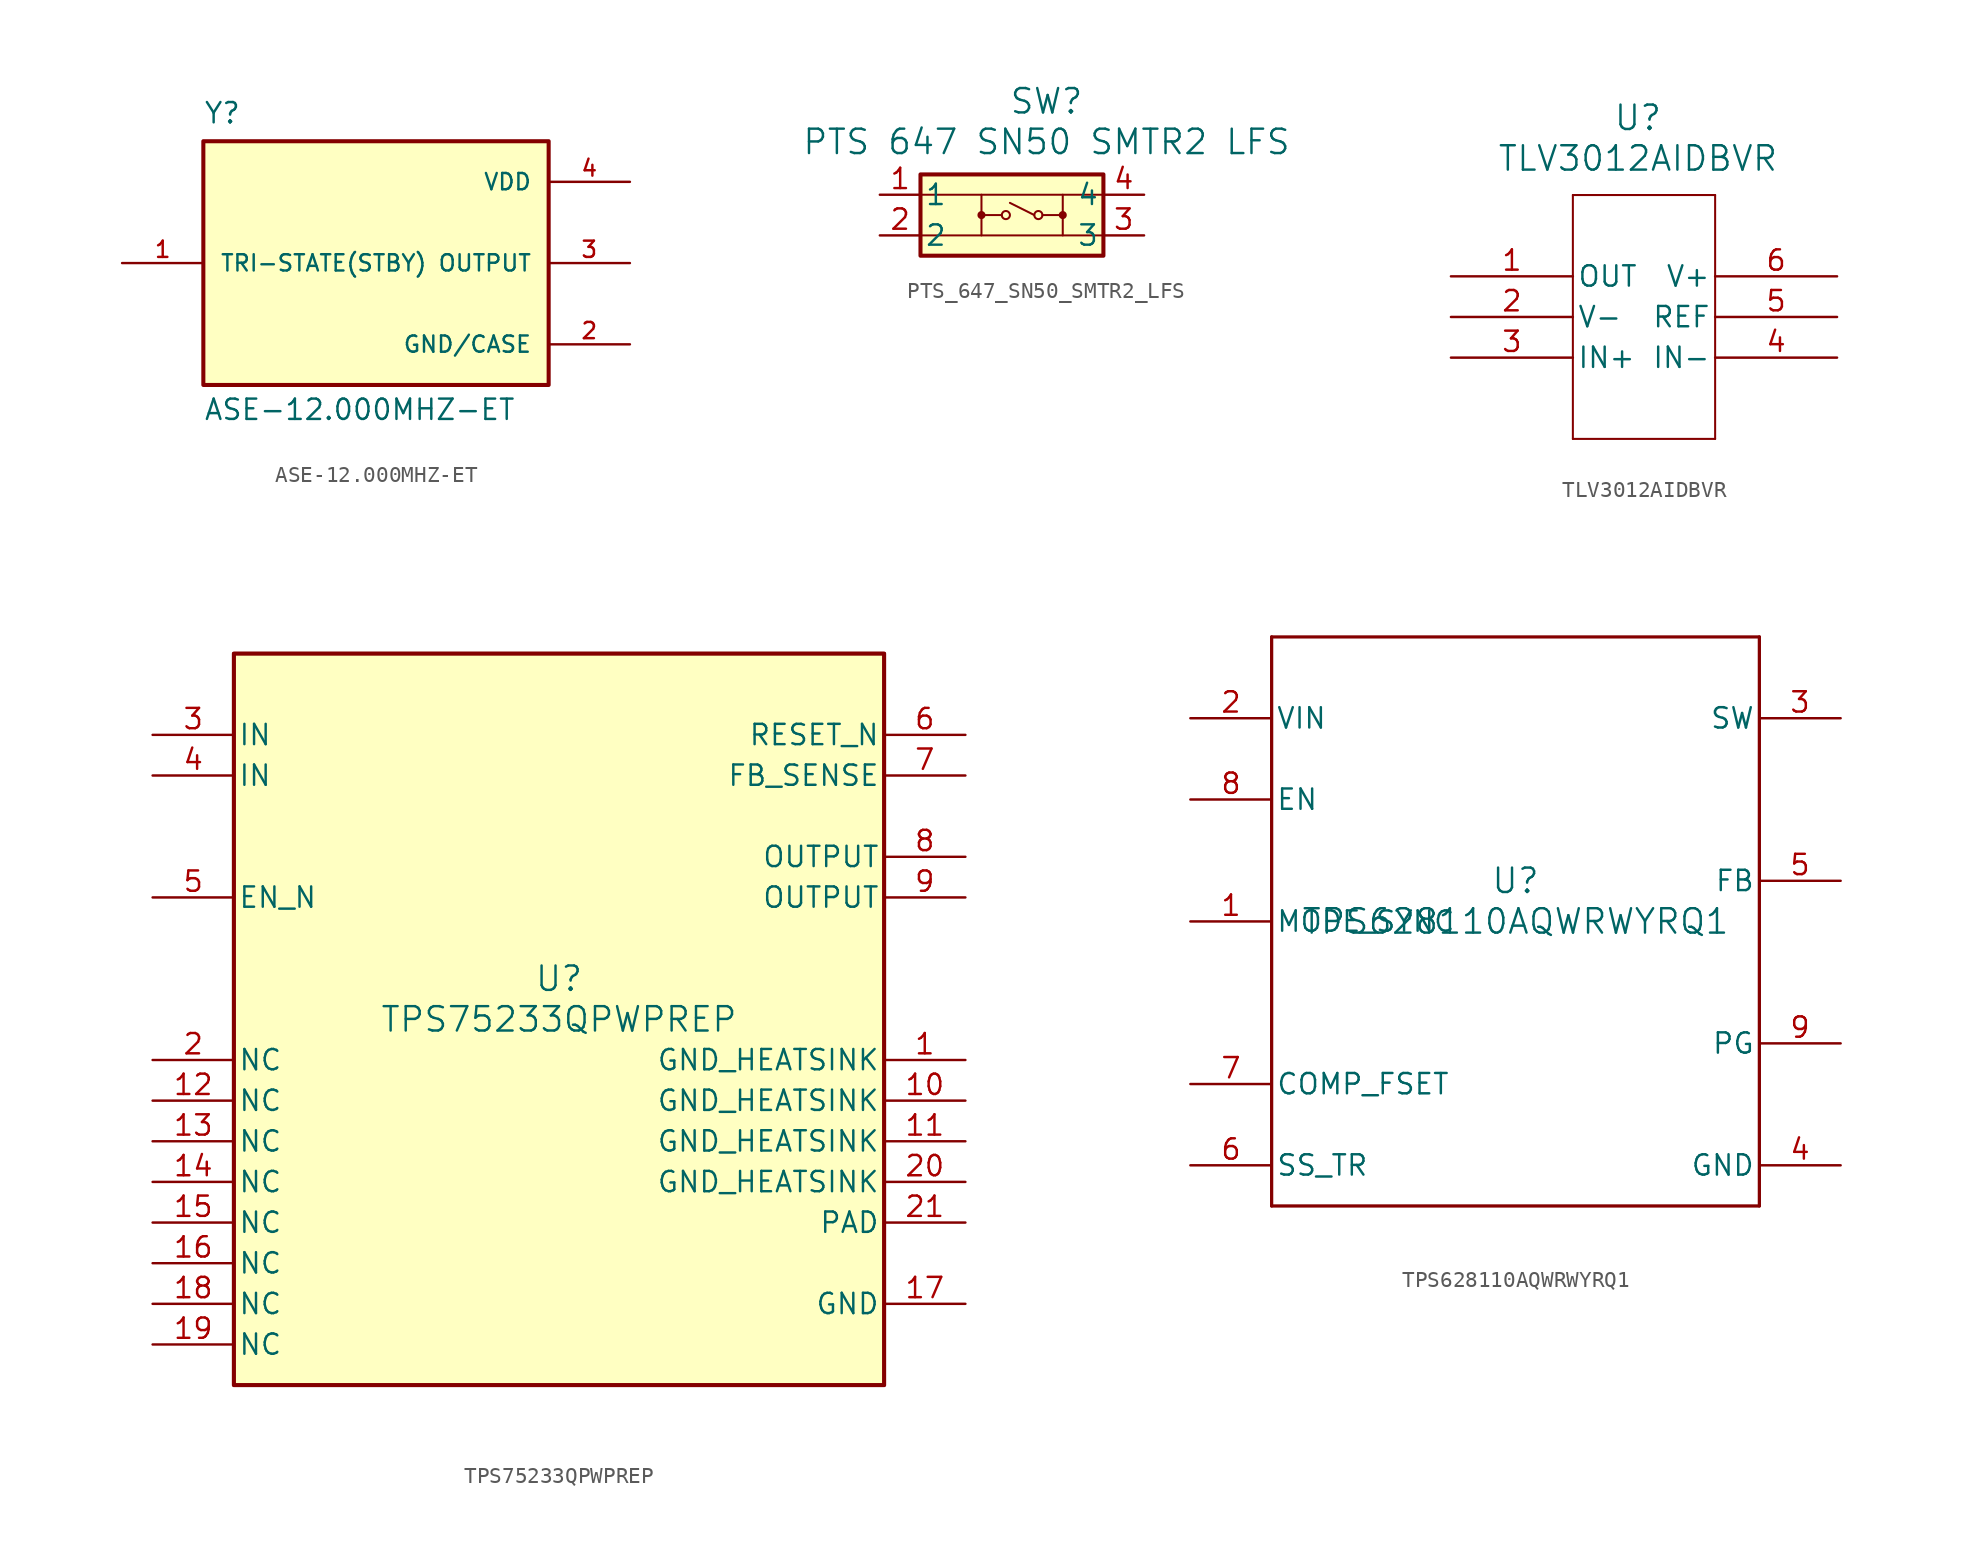
<source format=kicad_sym>
(kicad_symbol_lib
  (version 20231120)
  (generator "kicad_symbol_editor")
  (generator_version "8.0")
  (symbol "ASE-12.000MHZ-ET"
    (pin_names
      (offset 1.016))
    (property "Reference" "Y"
      (at -13.97 8.636 0)
      (effects (font (size 1.27 1.27)) (justify left bottom)))
    (property "Value" "ASE-12.000MHZ-ET"
      (at -13.97 -9.906 0)
      (effects (font (size 1.27 1.27)) (justify left bottom)))
    (symbol "ASE-12.000MHZ-ET_0_0"
      (rectangle (start -13.97 7.62) (end 7.62 -7.62) (stroke (width 0.254) (type default)) (fill (type background)))
      (pin passive line (at -19.05 0 0) (length 5.08) (name "TRI-STATE(STBY)" (effects (font (size 1.016 1.016)))) (number "1" (effects (font (size 1.016 1.016)))))
      (pin power_in line (at 12.7 -5.08 180) (length 5.08) (name "GND/CASE" (effects (font (size 1.016 1.016)))) (number "2" (effects (font (size 1.016 1.016)))))
      (pin output line (at 12.7 0 180) (length 5.08) (name "OUTPUT" (effects (font (size 1.016 1.016)))) (number "3" (effects (font (size 1.016 1.016)))))
      (pin power_in line (at 12.7 5.08 180) (length 5.08) (name "VDD" (effects (font (size 1.016 1.016)))) (number "4" (effects (font (size 1.016 1.016)))))))
  (symbol "PTS_647_SN50_SMTR2_LFS"
    (pin_names
      (offset 0.254))
    (property "Reference" "SW"
      (at 15.494 5.842 0)
      (effects (font (size 1.524 1.524))))
    (property "Value" "PTS 647 SN50 SMTR2 LFS"
      (at 15.494 3.302 0)
      (effects (font (size 1.524 1.524))))
    (property "ki_locked" ""
      (at 0 0 0)
      (effects (font (size 1.27 1.27))))
    (symbol "PTS_647_SN50_SMTR2_LFS_0_0"
      (rectangle (start 7.62 1.27) (end 19.05 -3.81) (stroke (width 0.254) (type default)) (fill (type background))))
    (symbol "PTS_647_SN50_SMTR2_LFS_0_1"
      (polyline (pts (xy 7.62 -3.81) (xy 19.05 -3.81)) (stroke (width 0.127) (type default)) (fill (type none)))
      (polyline (pts (xy 7.62 0) (xy 19.05 0)) (stroke (width 0.127) (type default)) (fill (type none)))
      (polyline (pts (xy 7.62 1.27) (xy 7.62 -3.81)) (stroke (width 0.127) (type default)) (fill (type none)))
      (polyline (pts (xy 11.43 -1.27) (xy 12.7 -1.27)) (stroke (width 0.127) (type default)) (fill (type none)))
      (polyline (pts (xy 11.43 0) (xy 11.43 -2.54)) (stroke (width 0.127) (type default)) (fill (type none)))
      (polyline (pts (xy 13.208 -0.508) (xy 14.732 -1.27)) (stroke (width 0.127) (type default)) (fill (type none)))
      (polyline (pts (xy 16.51 -1.27) (xy 15.24 -1.27)) (stroke (width 0.127) (type default)) (fill (type none)))
      (polyline (pts (xy 16.51 0) (xy 16.51 -2.54)) (stroke (width 0.127) (type default)) (fill (type none)))
      (polyline (pts (xy 19.05 -3.81) (xy 19.05 1.27)) (stroke (width 0.127) (type default)) (fill (type none)))
      (polyline (pts (xy 19.05 -2.54) (xy 7.62 -2.54)) (stroke (width 0.127) (type default)) (fill (type none)))
      (polyline (pts (xy 19.05 1.27) (xy 7.62 1.27)) (stroke (width 0.127) (type default)) (fill (type none)))
      (circle (center 11.43 -1.27) (radius 0.127) (stroke (width 0.254) (type default)) (fill (type none)))
      (circle (center 12.954 -1.27) (radius 0.254) (stroke (width 0.127) (type default)) (fill (type none)))
      (circle (center 14.986 -1.27) (radius 0.254) (stroke (width 0.127) (type default)) (fill (type none)))
      (circle (center 16.51 -1.27) (radius 0.127) (stroke (width 0.254) (type default)) (fill (type none))))
    (symbol "PTS_647_SN50_SMTR2_LFS_1_1"
      (pin unspecified line (at 5.08 0 0) (length 2.54) (name "1" (effects (font (size 1.27 1.27)))) (number "1" (effects (font (size 1.27 1.27)))))
      (pin unspecified line (at 5.08 -2.54 0) (length 2.54) (name "2" (effects (font (size 1.27 1.27)))) (number "2" (effects (font (size 1.27 1.27)))))
      (pin unspecified line (at 21.59 -2.54 180) (length 2.54) (name "3" (effects (font (size 1.27 1.27)))) (number "3" (effects (font (size 1.27 1.27)))))
      (pin unspecified line (at 21.59 0 180) (length 2.54) (name "4" (effects (font (size 1.27 1.27)))) (number "4" (effects (font (size 1.27 1.27)))))))
  (symbol "TLV3012AIDBVR"
    (pin_names
      (offset 0.254))
    (property "Reference" "U"
      (at 11.684 9.906 0)
      (effects (font (size 1.524 1.524))))
    (property "Value" "TLV3012AIDBVR"
      (at 11.684 7.366 0)
      (effects (font (size 1.524 1.524))))
    (property "ki_locked" ""
      (at 0 0 0)
      (effects (font (size 1.27 1.27))))
    (symbol "TLV3012AIDBVR_0_1"
      (polyline (pts (xy 7.62 -10.16) (xy 16.51 -10.16)) (stroke (width 0.127) (type default)) (fill (type none)))
      (polyline (pts (xy 7.62 5.08) (xy 7.62 -10.16)) (stroke (width 0.127) (type default)) (fill (type none)))
      (polyline (pts (xy 16.51 -10.16) (xy 16.51 5.08)) (stroke (width 0.127) (type default)) (fill (type none)))
      (polyline (pts (xy 16.51 5.08) (xy 7.62 5.08)) (stroke (width 0.127) (type default)) (fill (type none)))
      (pin output line (at 0 0 0) (length 7.62) (name "OUT" (effects (font (size 1.27 1.27)))) (number "1" (effects (font (size 1.27 1.27)))))
      (pin power_in line (at 0 -2.54 0) (length 7.62) (name "V-" (effects (font (size 1.27 1.27)))) (number "2" (effects (font (size 1.27 1.27)))))
      (pin input line (at 0 -5.08 0) (length 7.62) (name "IN+" (effects (font (size 1.27 1.27)))) (number "3" (effects (font (size 1.27 1.27)))))
      (pin input line (at 24.13 -5.08 180) (length 7.62) (name "IN-" (effects (font (size 1.27 1.27)))) (number "4" (effects (font (size 1.27 1.27)))))
      (pin power_in line (at 24.13 -2.54 180) (length 7.62) (name "REF" (effects (font (size 1.27 1.27)))) (number "5" (effects (font (size 1.27 1.27)))))
      (pin power_in line (at 24.13 0 180) (length 7.62) (name "V+" (effects (font (size 1.27 1.27)))) (number "6" (effects (font (size 1.27 1.27)))))))
  (symbol "TPS75233QPWPREP"
    (pin_names
      (offset 0.254))
    (property "Reference" "U"
      (at 0 2.54 0)
      (effects (font (size 1.524 1.524))))
    (property "Value" "TPS75233QPWPREP"
      (at 0 0 0)
      (effects (font (size 1.524 1.524))))
    (property "ki_locked" ""
      (at 0 0 0)
      (effects (font (size 1.27 1.27))))
    (symbol "TPS75233QPWPREP_0_0"
      (rectangle (start -20.32 22.86) (end 20.32 -22.86) (stroke (width 0.254) (type default)) (fill (type background))))
    (symbol "TPS75233QPWPREP_0_1"
      (polyline (pts (xy -20.32 -22.86) (xy 20.32 -22.86)) (stroke (width 0.203) (type default)) (fill (type none)))
      (polyline (pts (xy -20.32 22.86) (xy -20.32 -22.86)) (stroke (width 0.203) (type default)) (fill (type none)))
      (polyline (pts (xy 20.32 -22.86) (xy 20.32 22.86)) (stroke (width 0.203) (type default)) (fill (type none)))
      (polyline (pts (xy 20.32 22.86) (xy -20.32 22.86)) (stroke (width 0.203) (type default)) (fill (type none)))
      (pin power_in line (at 25.4 -2.54 180) (length 5.08) (name "GND_HEATSINK" (effects (font (size 1.27 1.27)))) (number "1" (effects (font (size 1.27 1.27)))))
      (pin power_in line (at 25.4 -5.08 180) (length 5.08) (name "GND_HEATSINK" (effects (font (size 1.27 1.27)))) (number "10" (effects (font (size 1.27 1.27)))))
      (pin power_in line (at 25.4 -7.62 180) (length 5.08) (name "GND_HEATSINK" (effects (font (size 1.27 1.27)))) (number "11" (effects (font (size 1.27 1.27)))))
      (pin unspecified line (at -25.4 -5.08 0) (length 5.08) (name "NC" (effects (font (size 1.27 1.27)))) (number "12" (effects (font (size 1.27 1.27)))))
      (pin unspecified line (at -25.4 -7.62 0) (length 5.08) (name "NC" (effects (font (size 1.27 1.27)))) (number "13" (effects (font (size 1.27 1.27)))))
      (pin unspecified line (at -25.4 -10.16 0) (length 5.08) (name "NC" (effects (font (size 1.27 1.27)))) (number "14" (effects (font (size 1.27 1.27)))))
      (pin unspecified line (at -25.4 -12.7 0) (length 5.08) (name "NC" (effects (font (size 1.27 1.27)))) (number "15" (effects (font (size 1.27 1.27)))))
      (pin unspecified line (at -25.4 -15.24 0) (length 5.08) (name "NC" (effects (font (size 1.27 1.27)))) (number "16" (effects (font (size 1.27 1.27)))))
      (pin power_in line (at 25.4 -17.78 180) (length 5.08) (name "GND" (effects (font (size 1.27 1.27)))) (number "17" (effects (font (size 1.27 1.27)))))
      (pin unspecified line (at -25.4 -17.78 0) (length 5.08) (name "NC" (effects (font (size 1.27 1.27)))) (number "18" (effects (font (size 1.27 1.27)))))
      (pin unspecified line (at -25.4 -20.32 0) (length 5.08) (name "NC" (effects (font (size 1.27 1.27)))) (number "19" (effects (font (size 1.27 1.27)))))
      (pin unspecified line (at -25.4 -2.54 0) (length 5.08) (name "NC" (effects (font (size 1.27 1.27)))) (number "2" (effects (font (size 1.27 1.27)))))
      (pin power_in line (at 25.4 -10.16 180) (length 5.08) (name "GND_HEATSINK" (effects (font (size 1.27 1.27)))) (number "20" (effects (font (size 1.27 1.27)))))
      (pin unspecified line (at 25.4 -12.7 180) (length 5.08) (name "PAD" (effects (font (size 1.27 1.27)))) (number "21" (effects (font (size 1.27 1.27)))))
      (pin power_in line (at -25.4 17.78 0) (length 5.08) (name "IN" (effects (font (size 1.27 1.27)))) (number "3" (effects (font (size 1.27 1.27)))))
      (pin power_in line (at -25.4 15.24 0) (length 5.08) (name "IN" (effects (font (size 1.27 1.27)))) (number "4" (effects (font (size 1.27 1.27)))))
      (pin input line (at -25.4 7.62 0) (length 5.08) (name "EN_N" (effects (font (size 1.27 1.27)))) (number "5" (effects (font (size 1.27 1.27)))))
      (pin tri_state line (at 25.4 17.78 180) (length 5.08) (name "RESET_N" (effects (font (size 1.27 1.27)))) (number "6" (effects (font (size 1.27 1.27)))))
      (pin input line (at 25.4 15.24 180) (length 5.08) (name "FB_SENSE" (effects (font (size 1.27 1.27)))) (number "7" (effects (font (size 1.27 1.27)))))
      (pin power_in line (at 25.4 10.16 180) (length 5.08) (name "OUTPUT" (effects (font (size 1.27 1.27)))) (number "8" (effects (font (size 1.27 1.27)))))
      (pin power_in line (at 25.4 7.62 180) (length 5.08) (name "OUTPUT" (effects (font (size 1.27 1.27)))) (number "9" (effects (font (size 1.27 1.27)))))))
  (symbol "TPS628110AQWRWYRQ1"
    (pin_names
      (offset 0.254))
    (property "Reference" "U"
      (at 0 2.54 0)
      (effects (font (size 1.524 1.524))))
    (property "Value" "TPS628110AQWRWYRQ1"
      (at 0 0 0)
      (effects (font (size 1.524 1.524))))
    (property "ki_locked" ""
      (at 0 0 0)
      (effects (font (size 1.27 1.27))))
    (symbol "TPS628110AQWRWYRQ1_0_1"
      (polyline (pts (xy -15.24 -17.78) (xy 15.24 -17.78)) (stroke (width 0.203) (type default)) (fill (type none)))
      (polyline (pts (xy -15.24 17.78) (xy -15.24 -17.78)) (stroke (width 0.203) (type default)) (fill (type none)))
      (polyline (pts (xy 15.24 -17.78) (xy 15.24 17.78)) (stroke (width 0.203) (type default)) (fill (type none)))
      (polyline (pts (xy 15.24 17.78) (xy -15.24 17.78)) (stroke (width 0.203) (type default)) (fill (type none)))
      (pin input line (at -20.32 0 0) (length 5.08) (name "MODE_SYNC" (effects (font (size 1.27 1.27)))) (number "1" (effects (font (size 1.27 1.27)))))
      (pin power_in line (at -20.32 12.7 0) (length 5.08) (name "VIN" (effects (font (size 1.27 1.27)))) (number "2" (effects (font (size 1.27 1.27)))))
      (pin power_in line (at 20.32 12.7 180) (length 5.08) (name "SW" (effects (font (size 1.27 1.27)))) (number "3" (effects (font (size 1.27 1.27)))))
      (pin power_in line (at 20.32 -15.24 180) (length 5.08) (name "GND" (effects (font (size 1.27 1.27)))) (number "4" (effects (font (size 1.27 1.27)))))
      (pin input line (at 20.32 2.54 180) (length 5.08) (name "FB" (effects (font (size 1.27 1.27)))) (number "5" (effects (font (size 1.27 1.27)))))
      (pin input line (at -20.32 -15.24 0) (length 5.08) (name "SS_TR" (effects (font (size 1.27 1.27)))) (number "6" (effects (font (size 1.27 1.27)))))
      (pin input line (at -20.32 -10.16 0) (length 5.08) (name "COMP_FSET" (effects (font (size 1.27 1.27)))) (number "7" (effects (font (size 1.27 1.27)))))
      (pin input line (at -20.32 7.62 0) (length 5.08) (name "EN" (effects (font (size 1.27 1.27)))) (number "8" (effects (font (size 1.27 1.27)))))
      (pin open_collector line (at 20.32 -7.62 180) (length 5.08) (name "PG" (effects (font (size 1.27 1.27)))) (number "9" (effects (font (size 1.27 1.27))))))))
</source>
